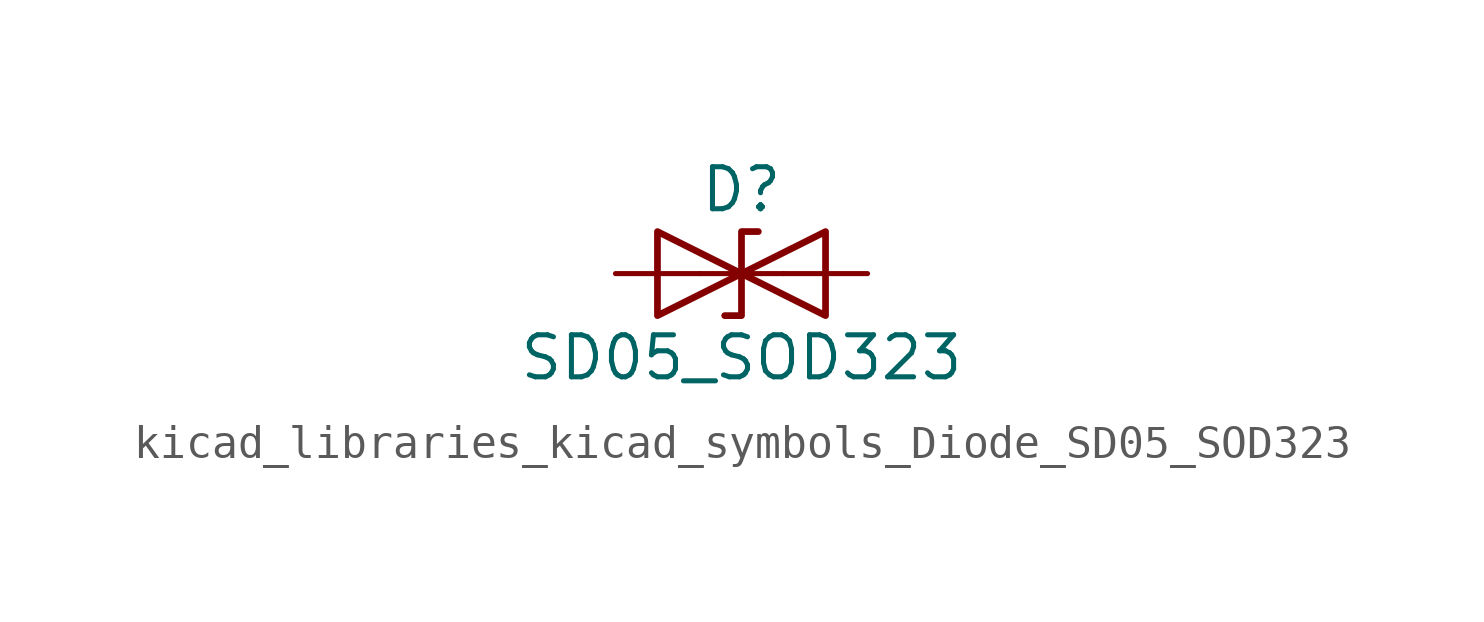
<source format=kicad_sym>
(kicad_symbol_lib
  (version 20220914)
  (generator kicad_symbol_editor)
  (symbol "kicad_libraries_kicad_symbols_Diode_SD05_SOD323"
    (pin_numbers hide)
    (pin_names
      (offset 1.016) hide)
    (property "Reference" "D"
      (at 0 2.54 0)
      (effects (font (size 1.27 1.27))))
    (property "Value" "SD05_SOD323"
      (at 0 -2.54 0)
      (effects (font (size 1.27 1.27))))
    (symbol "kicad_libraries_kicad_symbols_Diode_SD05_SOD323_0_1"
      (polyline (pts (xy 1.27 0) (xy -1.27 0)) (stroke (width 0) (type default)) (fill (type none)))
      (polyline (pts (xy -2.54 -1.27) (xy 0 0) (xy -2.54 1.27) (xy -2.54 -1.27)) (stroke (width 0.203) (type default)) (fill (type none)))
      (polyline (pts (xy 0.508 1.27) (xy 0 1.27) (xy 0 -1.27) (xy -0.508 -1.27)) (stroke (width 0.203) (type default)) (fill (type none)))
      (polyline (pts (xy 2.54 1.27) (xy 2.54 -1.27) (xy 0 0) (xy 2.54 1.27)) (stroke (width 0.203) (type default)) (fill (type none))))
    (symbol "kicad_libraries_kicad_symbols_Diode_SD05_SOD323_1_1"
      (pin passive line (at -3.81 0 0) (length 2.54) (name "A1" (effects (font (size 1.27 1.27)))) (number "1" (effects (font (size 1.27 1.27)))))
      (pin passive line (at 3.81 0 180) (length 2.54) (name "A2" (effects (font (size 1.27 1.27)))) (number "2" (effects (font (size 1.27 1.27))))))))
</source>
